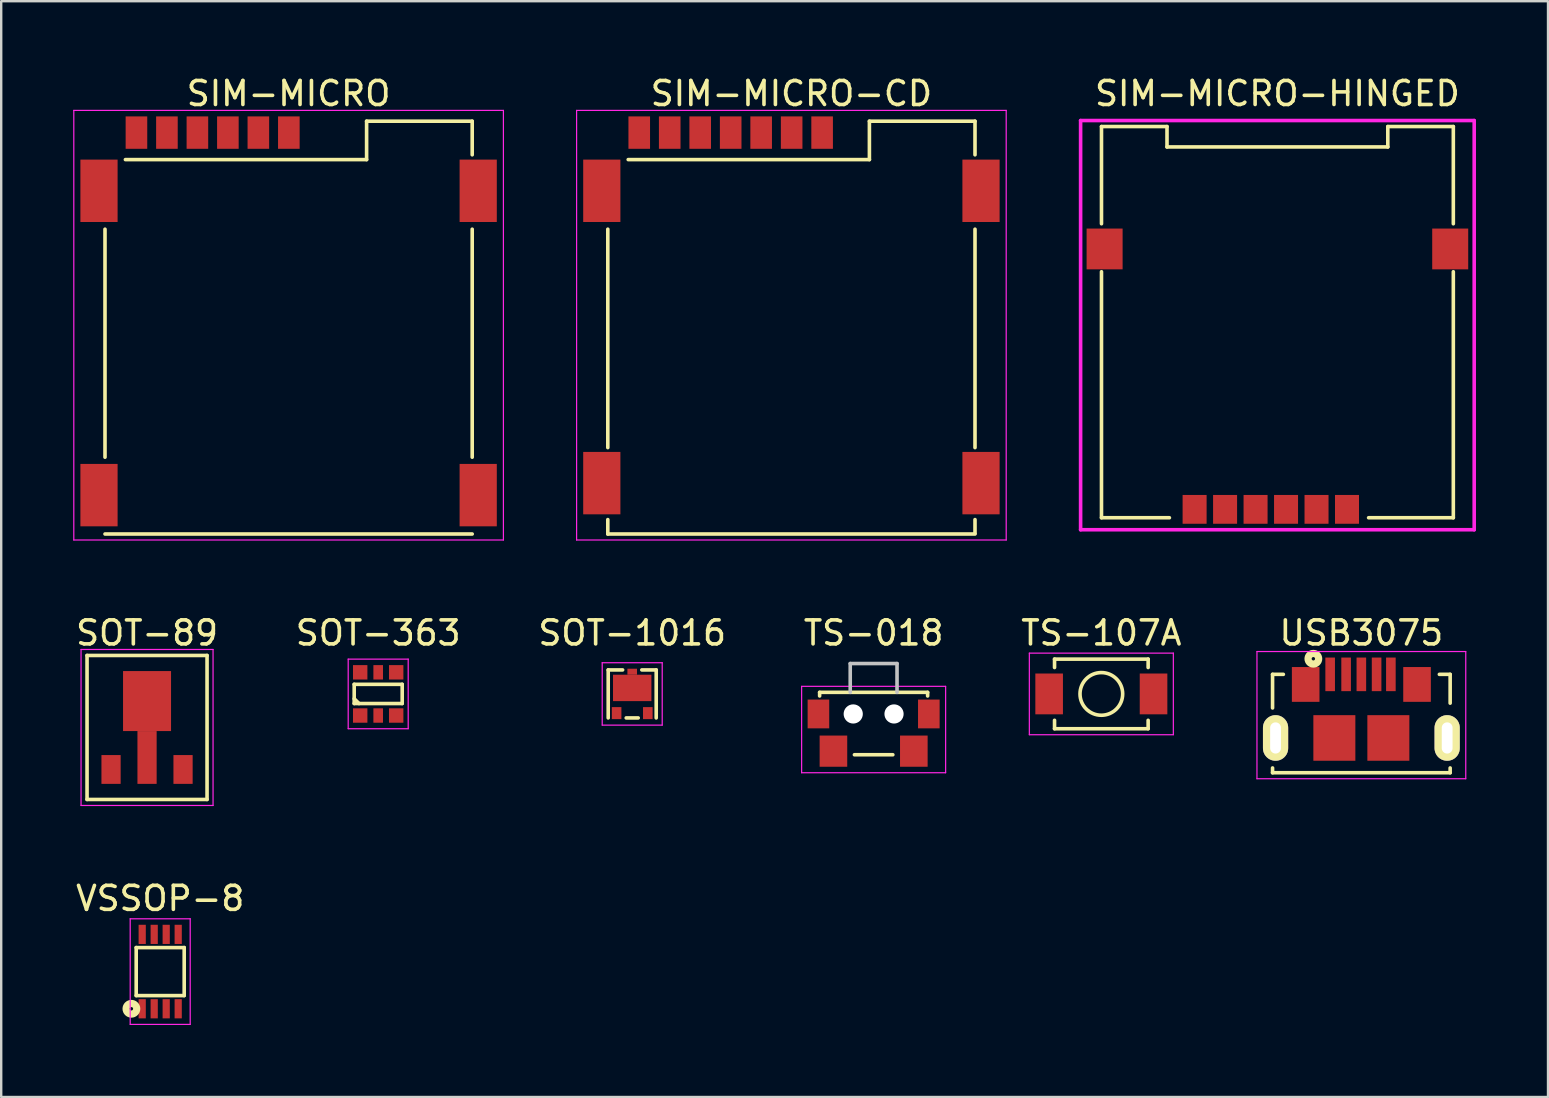
<source format=kicad_pcb>
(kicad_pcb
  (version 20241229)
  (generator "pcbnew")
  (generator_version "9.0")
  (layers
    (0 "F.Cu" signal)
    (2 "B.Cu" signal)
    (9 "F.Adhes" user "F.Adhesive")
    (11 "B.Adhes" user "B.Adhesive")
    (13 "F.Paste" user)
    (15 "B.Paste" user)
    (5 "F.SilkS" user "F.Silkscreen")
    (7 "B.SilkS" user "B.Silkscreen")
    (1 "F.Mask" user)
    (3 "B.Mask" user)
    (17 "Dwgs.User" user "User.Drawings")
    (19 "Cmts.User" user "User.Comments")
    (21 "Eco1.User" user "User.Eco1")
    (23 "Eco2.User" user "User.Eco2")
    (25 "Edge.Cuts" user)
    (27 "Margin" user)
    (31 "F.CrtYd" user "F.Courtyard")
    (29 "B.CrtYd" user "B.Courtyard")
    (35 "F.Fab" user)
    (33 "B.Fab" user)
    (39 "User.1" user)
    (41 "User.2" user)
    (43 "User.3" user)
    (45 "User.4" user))
  (footprint "SOT-89"
    (layer "F.Cu")
    (at 3.077 27.261)
    (property "Reference" "SOT-89" (at 0 -3.937 0) (layer "F.SilkS") (effects (font (size 1 1) (thickness 0.15))))
    (attr smd)
    (fp_line (start -2.5 -3) (end -2.5 3) (stroke (width 0.15) (type solid)) (layer "F.SilkS"))
    (fp_line (start -2.5 -3) (end 2.5 -3) (stroke (width 0.15) (type solid)) (layer "F.SilkS"))
    (fp_line (start 2.5 -3) (end 2.5 3) (stroke (width 0.15) (type solid)) (layer "F.SilkS"))
    (fp_line (start 2.5 3) (end -2.5 3) (stroke (width 0.15) (type solid)) (layer "F.SilkS"))
    (fp_line (start -2.75 -3.25) (end -2.75 3.25) (stroke (width 0.05) (type solid)) (layer "F.CrtYd"))
    (fp_line (start -2.75 3.25) (end 2.75 3.25) (stroke (width 0.05) (type solid)) (layer "F.CrtYd"))
    (fp_line (start 2.75 -3.25) (end -2.75 -3.25) (stroke (width 0.05) (type solid)) (layer "F.CrtYd"))
    (fp_line (start 2.75 3.25) (end 2.75 -3.25) (stroke (width 0.05) (type solid)) (layer "F.CrtYd"))
    (pad "1" smd rect (at -1.5 1.75) (size 0.8 1.2) (layers "F.Cu" "F.Mask" "F.Paste"))
    (pad "2" smd rect (at 0 0) (size 2 2.5) (drill (offset 0 -1.1)) (layers "F.Cu" "F.Mask" "F.Paste"))
    (pad "2" smd rect (at 0 1.1) (size 0.8 2.2) (drill (offset 0 0.15)) (layers "F.Cu" "F.Mask" "F.Paste"))
    (pad "3" smd rect (at 1.5 1.75) (size 0.8 1.2) (layers "F.Cu" "F.Mask" "F.Paste")))
  (footprint "SIM-MICRO-CD"
    (layer "F.Cu")
    (at 29.925 10.5)
    (property "Reference" "SIM-MICRO-CD" (at 0 -9.652 0) (layer "F.SilkS") (effects (font (size 1 1) (thickness 0.15))))
    (attr through_hole)
    (fp_line (start -7.65 -4) (end -7.65 5.1) (stroke (width 0.15) (type solid)) (layer "F.SilkS"))
    (fp_line (start -7.65 8.7) (end -7.65 8.1) (stroke (width 0.15) (type solid)) (layer "F.SilkS"))
    (fp_line (start -7.65 8.7) (end 7.65 8.7) (stroke (width 0.15) (type solid)) (layer "F.SilkS"))
    (fp_line (start 3.25 -8.5) (end 3.25 -6.9) (stroke (width 0.15) (type solid)) (layer "F.SilkS"))
    (fp_line (start 3.25 -6.9) (end -6.8 -6.9) (stroke (width 0.15) (type solid)) (layer "F.SilkS"))
    (fp_line (start 7.65 -8.5) (end 3.25 -8.5) (stroke (width 0.15) (type solid)) (layer "F.SilkS"))
    (fp_line (start 7.65 -7.1) (end 7.65 -8.5) (stroke (width 0.15) (type solid)) (layer "F.SilkS"))
    (fp_line (start 7.65 -4) (end 7.65 5.1) (stroke (width 0.15) (type solid)) (layer "F.SilkS"))
    (fp_line (start 7.65 8.67) (end 7.65 8.1) (stroke (width 0.15) (type solid)) (layer "F.SilkS"))
    (fp_line (start -8.95 -8.95) (end -8.95 8.95) (stroke (width 0.05) (type solid)) (layer "F.CrtYd"))
    (fp_line (start -8.95 8.95) (end 8.95 8.95) (stroke (width 0.05) (type solid)) (layer "F.CrtYd"))
    (fp_line (start 8.95 -8.95) (end -8.95 -8.95) (stroke (width 0.05) (type solid)) (layer "F.CrtYd"))
    (fp_line (start 8.95 8.95) (end 8.95 -8.95) (stroke (width 0.05) (type solid)) (layer "F.CrtYd"))
    (pad "1" smd rect (at -5.07 -8.025) (size 0.9 1.35) (layers "F.Cu" "F.Mask" "F.Paste"))
    (pad "2" smd rect (at -2.53 -8.025) (size 0.9 1.35) (layers "F.Cu" "F.Mask" "F.Paste"))
    (pad "3" smd rect (at 0.01 -8.025) (size 0.9 1.35) (layers "F.Cu" "F.Mask" "F.Paste"))
    (pad "5" smd rect (at -6.34 -8.025) (size 0.9 1.35) (layers "F.Cu" "F.Mask" "F.Paste"))
    (pad "6" smd rect (at -3.8 -8.025) (size 0.9 1.35) (layers "F.Cu" "F.Mask" "F.Paste"))
    (pad "7" smd rect (at -1.26 -8.025) (size 0.9 1.35) (layers "F.Cu" "F.Mask" "F.Paste"))
    (pad "9" smd rect (at 1.28 -8.025) (size 0.9 1.35) (layers "F.Cu" "F.Mask" "F.Paste"))
    (pad "10" smd rect (at -7.9 6.58) (size 1.55 2.6) (layers "F.Cu" "F.Mask" "F.Paste"))
    (pad "11" smd rect (at 7.9 6.58) (size 1.55 2.6) (layers "F.Cu" "F.Mask" "F.Paste"))
    (pad "12" smd rect (at 7.9 -5.6) (size 1.55 2.6) (layers "F.Cu" "F.Mask" "F.Paste"))
    (pad "13" smd rect (at -7.9 -5.6) (size 1.55 2.6) (layers "F.Cu" "F.Mask" "F.Paste")))
  (footprint "SOT-363"
    (layer "F.Cu")
    (at 12.708 25.863)
    (property "Reference" "SOT-363" (at 0 -2.54 0) (layer "F.SilkS") (effects (font (size 1 1) (thickness 0.15))))
    (attr through_hole)
    (fp_line (start -1 -0.4) (end 1 -0.4) (stroke (width 0.15) (type solid)) (layer "F.SilkS"))
    (fp_line (start -1 0.4) (end -1 -0.4) (stroke (width 0.15) (type solid)) (layer "F.SilkS"))
    (fp_line (start -0.8 0.4) (end -1 0.2) (stroke (width 0.15) (type solid)) (layer "F.SilkS"))
    (fp_line (start 1 -0.4) (end 1 0.4) (stroke (width 0.15) (type solid)) (layer "F.SilkS"))
    (fp_line (start 1 0.4) (end -1 0.4) (stroke (width 0.15) (type solid)) (layer "F.SilkS"))
    (fp_line (start -1.25 -1.45) (end -1.25 1.45) (stroke (width 0.05) (type solid)) (layer "F.CrtYd"))
    (fp_line (start -1.25 1.45) (end 1.25 1.45) (stroke (width 0.05) (type solid)) (layer "F.CrtYd"))
    (fp_line (start 1.25 -1.45) (end -1.25 -1.45) (stroke (width 0.05) (type solid)) (layer "F.CrtYd"))
    (fp_line (start 1.25 1.45) (end 1.25 -1.45) (stroke (width 0.05) (type solid)) (layer "F.CrtYd"))
    (pad "1" smd rect (at -0.75 0.9) (size 0.6 0.6) (layers "F.Cu" "F.Mask" "F.Paste"))
    (pad "2" smd rect (at 0 0.9) (size 0.4 0.6) (layers "F.Cu" "F.Mask" "F.Paste"))
    (pad "3" smd rect (at 0.75 0.9) (size 0.6 0.6) (layers "F.Cu" "F.Mask" "F.Paste"))
    (pad "4" smd rect (at 0.75 -0.9) (size 0.6 0.6) (layers "F.Cu" "F.Mask" "F.Paste"))
    (pad "5" smd rect (at 0 -0.9) (size 0.4 0.6) (layers "F.Cu" "F.Mask" "F.Paste"))
    (pad "6" smd rect (at -0.75 -0.9) (size 0.6 0.6) (layers "F.Cu" "F.Mask" "F.Paste")))
  (footprint "SIM-MICRO-HINGED"
    (layer "F.Cu")
    (at 50.175 10.373)
    (property "Reference" "SIM-MICRO-HINGED" (at 0 -9.525 0) (layer "F.SilkS") (effects (font (size 1 1) (thickness 0.15))))
    (attr through_hole)
    (fp_line (start -7.33 -8.15) (end -7.33 -4.1) (stroke (width 0.15) (type solid)) (layer "F.SilkS"))
    (fp_line (start -7.33 -8.15) (end -4.6 -8.15) (stroke (width 0.15) (type solid)) (layer "F.SilkS"))
    (fp_line (start -7.33 -2.1) (end -7.33 8.15) (stroke (width 0.15) (type solid)) (layer "F.SilkS"))
    (fp_line (start -7.33 8.15) (end -4.5 8.15) (stroke (width 0.15) (type solid)) (layer "F.SilkS"))
    (fp_line (start -4.6 -8.15) (end -4.6 -7.3) (stroke (width 0.15) (type solid)) (layer "F.SilkS"))
    (fp_line (start -4.6 -7.3) (end 4.6 -7.3) (stroke (width 0.15) (type solid)) (layer "F.SilkS"))
    (fp_line (start 3.8 8.15) (end 7.33 8.15) (stroke (width 0.15) (type solid)) (layer "F.SilkS"))
    (fp_line (start 4.6 -8.15) (end 7.33 -8.15) (stroke (width 0.15) (type solid)) (layer "F.SilkS"))
    (fp_line (start 4.6 -7.3) (end 4.6 -8.15) (stroke (width 0.15) (type solid)) (layer "F.SilkS"))
    (fp_line (start 7.33 -8.15) (end 7.33 -4.1) (stroke (width 0.15) (type solid)) (layer "F.SilkS"))
    (fp_line (start 7.33 8.15) (end 7.33 -2.1) (stroke (width 0.15) (type solid)) (layer "F.SilkS"))
    (fp_line (start -8.2 -8.4) (end -8.2 8.65) (stroke (width 0.15) (type solid)) (layer "F.CrtYd"))
    (fp_line (start -8.2 8.65) (end 8.2 8.65) (stroke (width 0.15) (type solid)) (layer "F.CrtYd"))
    (fp_line (start 8.2 -8.4) (end -8.2 -8.4) (stroke (width 0.15) (type solid)) (layer "F.CrtYd"))
    (fp_line (start 8.2 8.65) (end 8.2 -8.4) (stroke (width 0.15) (type solid)) (layer "F.CrtYd"))
    (pad "1" smd rect (at -2.18 7.8) (size 1 1.2) (layers "F.Cu" "F.Mask" "F.Paste"))
    (pad "2" smd rect (at -3.45 7.8) (size 1 1.2) (layers "F.Cu" "F.Mask" "F.Paste"))
    (pad "3" smd rect (at 0.36 7.8) (size 1 1.2) (layers "F.Cu" "F.Mask" "F.Paste"))
    (pad "4" smd rect (at -0.91 7.8) (size 1 1.2) (layers "F.Cu" "F.Mask" "F.Paste"))
    (pad "5" smd rect (at 2.9 7.8) (size 1 1.2) (layers "F.Cu" "F.Mask" "F.Paste"))
    (pad "6" smd rect (at 1.63 7.8) (size 1 1.2) (layers "F.Cu" "F.Mask" "F.Paste"))
    (pad "9" smd rect (at -7.2 -3.05) (size 1.5 1.7) (layers "F.Cu" "F.Mask" "F.Paste"))
    (pad "10" smd rect (at 7.2 -3.05) (size 1.5 1.7) (layers "F.Cu" "F.Mask" "F.Paste")))
  (footprint "TS-107A"
    (layer "F.Cu")
    (at 42.839 25.863)
    (property "Reference" "TS-107A" (at 0 -2.54 0) (layer "F.SilkS") (effects (font (size 1 1) (thickness 0.15))))
    (attr through_hole)
    (fp_line (start -1.95 -1.45) (end 1.95 -1.45) (stroke (width 0.15) (type solid)) (layer "F.SilkS"))
    (fp_line (start -1.95 -1.1) (end -1.95 -1.45) (stroke (width 0.15) (type solid)) (layer "F.SilkS"))
    (fp_line (start -1.95 1.1) (end -1.95 1.45) (stroke (width 0.15) (type solid)) (layer "F.SilkS"))
    (fp_line (start -1.95 1.45) (end 1.95 1.45) (stroke (width 0.15) (type solid)) (layer "F.SilkS"))
    (fp_line (start 1.95 -1.45) (end 1.95 -1.1) (stroke (width 0.15) (type solid)) (layer "F.SilkS"))
    (fp_line (start 1.95 1.45) (end 1.95 1.1) (stroke (width 0.15) (type solid)) (layer "F.SilkS"))
    (fp_circle (center 0 0) (end -0.889 0) (stroke (width 0.15) (type solid)) (fill no) (layer "F.SilkS"))
    (fp_line (start -3 -1.7) (end 3 -1.7) (stroke (width 0.05) (type solid)) (layer "F.CrtYd"))
    (fp_line (start -3 1.7) (end -3 -1.7) (stroke (width 0.05) (type solid)) (layer "F.CrtYd"))
    (fp_line (start 3 -1.7) (end 3 1.7) (stroke (width 0.05) (type solid)) (layer "F.CrtYd"))
    (fp_line (start 3 1.7) (end -3 1.7) (stroke (width 0.05) (type solid)) (layer "F.CrtYd"))
    (pad "1" smd rect (at -2.175 0) (size 1.15 1.7) (layers "F.Cu" "F.Mask" "F.Paste"))
    (pad "2" smd rect (at 2.175 0) (size 1.15 1.7) (layers "F.Cu" "F.Mask" "F.Paste")))
  (footprint "SOT-1016"
    (layer "F.Cu")
    (at 23.292 25.863)
    (property "Reference" "SOT-1016" (at 0 -2.54 0) (layer "F.SilkS") (effects (font (size 1 1) (thickness 0.15))))
    (attr through_hole)
    (fp_line (start -1 -1) (end -1 1) (stroke (width 0.15) (type solid)) (layer "F.SilkS"))
    (fp_line (start -0.4 -1) (end -1 -1) (stroke (width 0.15) (type solid)) (layer "F.SilkS"))
    (fp_line (start -0.25 1) (end 0.25 1) (stroke (width 0.15) (type solid)) (layer "F.SilkS"))
    (fp_line (start 1 -1) (end 0.4 -1) (stroke (width 0.15) (type solid)) (layer "F.SilkS"))
    (fp_line (start 1 1) (end 1 -1) (stroke (width 0.15) (type solid)) (layer "F.SilkS"))
    (fp_line (start -1.25 -1.3) (end 1.25 -1.3) (stroke (width 0.05) (type solid)) (layer "F.CrtYd"))
    (fp_line (start -1.25 1.3) (end -1.25 -1.3) (stroke (width 0.05) (type solid)) (layer "F.CrtYd"))
    (fp_line (start 1.25 -1.3) (end 1.25 1.3) (stroke (width 0.05) (type solid)) (layer "F.CrtYd"))
    (fp_line (start 1.25 1.3) (end -1.25 1.3) (stroke (width 0.05) (type solid)) (layer "F.CrtYd"))
    (pad "1" smd rect (at -0.65 0.8) (size 0.4 0.5) (layers "F.Cu" "F.Mask" "F.Paste"))
    (pad "2" smd rect (at 0.65 0.8) (size 0.4 0.5) (layers "F.Cu" "F.Mask" "F.Paste"))
    (pad "3" smd rect (at 0 -0.925) (size 0.4 0.25) (layers "F.Cu" "F.Mask" "F.Paste"))
    (pad "3" smd rect (at 0 -0.25) (size 1.6 1.1) (layers "F.Cu" "F.Mask" "F.Paste")))
  (footprint "VSSOP-8"
    (layer "F.Cu")
    (at 3.625 37.432)
    (property "Reference" "VSSOP-8" (at 0 -3.048 0) (layer "F.SilkS") (effects (font (size 1 1) (thickness 0.15))))
    (attr through_hole)
    (fp_line (start -1 -1) (end -1 1) (stroke (width 0.15) (type solid)) (layer "F.SilkS"))
    (fp_line (start -1 1) (end 1 1) (stroke (width 0.15) (type solid)) (layer "F.SilkS"))
    (fp_line (start 1 -1) (end -1 -1) (stroke (width 0.15) (type solid)) (layer "F.SilkS"))
    (fp_line (start 1 1) (end 1 -1) (stroke (width 0.15) (type solid)) (layer "F.SilkS"))
    (fp_circle (center -1.2 1.55) (end -1.25 1.6) (stroke (width 0.3) (type solid)) (fill no) (layer "F.SilkS"))
    (fp_line (start -1.25 -2.2) (end 1.25 -2.2) (stroke (width 0.05) (type solid)) (layer "F.CrtYd"))
    (fp_line (start -1.25 2.2) (end -1.25 -2.2) (stroke (width 0.05) (type solid)) (layer "F.CrtYd"))
    (fp_line (start 1.25 -2.2) (end 1.25 2.2) (stroke (width 0.05) (type solid)) (layer "F.CrtYd"))
    (fp_line (start 1.25 2.2) (end -1.25 2.2) (stroke (width 0.05) (type solid)) (layer "F.CrtYd"))
    (pad "1" smd rect (at -0.75 1.55) (size 0.3 0.8) (layers "F.Cu" "F.Mask" "F.Paste"))
    (pad "2" smd rect (at -0.25 1.55) (size 0.3 0.8) (layers "F.Cu" "F.Mask" "F.Paste"))
    (pad "3" smd rect (at 0.25 1.55) (size 0.3 0.8) (layers "F.Cu" "F.Mask" "F.Paste"))
    (pad "4" smd rect (at 0.75 1.55) (size 0.3 0.8) (layers "F.Cu" "F.Mask" "F.Paste"))
    (pad "5" smd rect (at 0.75 -1.55) (size 0.3 0.8) (layers "F.Cu" "F.Mask" "F.Paste"))
    (pad "6" smd rect (at 0.25 -1.55) (size 0.3 0.8) (layers "F.Cu" "F.Mask" "F.Paste"))
    (pad "7" smd rect (at -0.25 -1.55) (size 0.3 0.8) (layers "F.Cu" "F.Mask" "F.Paste"))
    (pad "8" smd rect (at -0.75 -1.55) (size 0.3 0.8) (layers "F.Cu" "F.Mask" "F.Paste")))
  (footprint "SIM-MICRO"
    (layer "F.Cu")
    (at 8.975 10.5)
    (property "Reference" "SIM-MICRO" (at 0 -9.652 0) (layer "F.SilkS") (effects (font (size 1 1) (thickness 0.15))))
    (attr through_hole)
    (fp_line (start -7.65 -4) (end -7.65 5.5) (stroke (width 0.15) (type solid)) (layer "F.SilkS"))
    (fp_line (start -7.65 8.7) (end 7.65 8.7) (stroke (width 0.15) (type solid)) (layer "F.SilkS"))
    (fp_line (start 3.25 -8.5) (end 3.25 -6.9) (stroke (width 0.15) (type solid)) (layer "F.SilkS"))
    (fp_line (start 3.25 -6.9) (end -6.8 -6.9) (stroke (width 0.15) (type solid)) (layer "F.SilkS"))
    (fp_line (start 7.65 -8.5) (end 3.25 -8.5) (stroke (width 0.15) (type solid)) (layer "F.SilkS"))
    (fp_line (start 7.65 -7.1) (end 7.65 -8.5) (stroke (width 0.15) (type solid)) (layer "F.SilkS"))
    (fp_line (start 7.65 -4) (end 7.65 5.5) (stroke (width 0.15) (type solid)) (layer "F.SilkS"))
    (fp_line (start -8.95 -8.95) (end -8.95 8.95) (stroke (width 0.05) (type solid)) (layer "F.CrtYd"))
    (fp_line (start -8.95 8.95) (end 8.95 8.95) (stroke (width 0.05) (type solid)) (layer "F.CrtYd"))
    (fp_line (start 8.95 -8.95) (end -8.95 -8.95) (stroke (width 0.05) (type solid)) (layer "F.CrtYd"))
    (fp_line (start 8.95 8.95) (end 8.95 -8.95) (stroke (width 0.05) (type solid)) (layer "F.CrtYd"))
    (pad "1" smd rect (at -5.07 -8.025) (size 0.9 1.35) (layers "F.Cu" "F.Mask" "F.Paste"))
    (pad "2" smd rect (at -2.53 -8.025) (size 0.9 1.35) (layers "F.Cu" "F.Mask" "F.Paste"))
    (pad "3" smd rect (at 0.01 -8.025) (size 0.9 1.35) (layers "F.Cu" "F.Mask" "F.Paste"))
    (pad "5" smd rect (at -6.34 -8.025) (size 0.9 1.35) (layers "F.Cu" "F.Mask" "F.Paste"))
    (pad "6" smd rect (at -3.8 -8.025) (size 0.9 1.35) (layers "F.Cu" "F.Mask" "F.Paste"))
    (pad "7" smd rect (at -1.26 -8.025) (size 0.9 1.35) (layers "F.Cu" "F.Mask" "F.Paste"))
    (pad "10" smd rect (at -7.9 7.08) (size 1.55 2.6) (layers "F.Cu" "F.Mask" "F.Paste"))
    (pad "11" smd rect (at 7.9 7.08) (size 1.55 2.6) (layers "F.Cu" "F.Mask" "F.Paste"))
    (pad "12" smd rect (at 7.9 -5.6) (size 1.55 2.6) (layers "F.Cu" "F.Mask" "F.Paste"))
    (pad "13" smd rect (at -7.9 -5.6) (size 1.55 2.6) (layers "F.Cu" "F.Mask" "F.Paste")))
  (footprint "TS-018"
    (layer "F.Cu")
    (at 33.351 26.498)
    (property "Reference" "TS-018" (at 0 -3.175 0) (layer "F.SilkS") (effects (font (size 1 1) (thickness 0.15))))
    (attr through_hole)
    (fp_line (start -2.25 -0.7) (end 2.25 -0.7) (stroke (width 0.15) (type solid)) (layer "F.SilkS"))
    (fp_line (start -2.25 -0.55) (end -2.25 -0.7) (stroke (width 0.15) (type solid)) (layer "F.SilkS"))
    (fp_line (start -0.8 1.9) (end 0.8 1.9) (stroke (width 0.15) (type solid)) (layer "F.SilkS"))
    (fp_line (start 2.25 -0.7) (end 2.25 -0.55) (stroke (width 0.15) (type solid)) (layer "F.SilkS"))
    (fp_line (start -0.975 -1.9) (end 0.975 -1.9) (stroke (width 0.15) (type solid)) (layer "Dwgs.User"))
    (fp_line (start -0.975 -0.7) (end -0.975 -1.9) (stroke (width 0.15) (type solid)) (layer "Dwgs.User"))
    (fp_line (start 0.975 -0.7) (end 0.975 -1.9) (stroke (width 0.15) (type solid)) (layer "Dwgs.User"))
    (fp_line (start -3 -0.95) (end 3 -0.95) (stroke (width 0.05) (type solid)) (layer "F.CrtYd"))
    (fp_line (start -3 2.65) (end -3 -0.95) (stroke (width 0.05) (type solid)) (layer "F.CrtYd"))
    (fp_line (start 3 -0.95) (end 3 2.65) (stroke (width 0.05) (type solid)) (layer "F.CrtYd"))
    (fp_line (start 3 2.65) (end -3 2.65) (stroke (width 0.05) (type solid)) (layer "F.CrtYd"))
    (pad "" np_thru_hole circle (at -0.85 0.2) (size 0.8 0.8) (drill 0.8) (layers "*.Cu" "*.Mask"))
    (pad "" np_thru_hole circle (at 0.85 0.2) (size 0.8 0.8) (drill 0.8) (layers "*.Cu" "*.Mask"))
    (pad "1" smd rect (at -1.675 1.75) (size 1.15 1.3) (layers "F.Cu" "F.Mask" "F.Paste"))
    (pad "2" smd rect (at 1.675 1.75) (size 1.15 1.3) (layers "F.Cu" "F.Mask" "F.Paste"))
    (pad "3" smd rect (at 2.3 0.2) (size 0.9 1.2) (layers "F.Cu" "F.Mask" "F.Paste"))
    (pad "4" smd rect (at -2.3 0.2) (size 0.9 1.2) (layers "F.Cu" "F.Mask" "F.Paste")))
  (footprint "USB3075"
    (layer "F.Cu")
    (at 53.673 26.498)
    (property "Reference" "USB3075" (at 0 -3.175 0) (layer "F.SilkS") (effects (font (size 1 1) (thickness 0.15))))
    (attr through_hole)
    (fp_line (start -3.7 -1.45) (end -3.25 -1.45) (stroke (width 0.15) (type solid)) (layer "F.SilkS"))
    (fp_line (start -3.7 -0.05) (end -3.7 -1.45) (stroke (width 0.15) (type solid)) (layer "F.SilkS"))
    (fp_line (start -3.7 2.45) (end -3.7 2.65) (stroke (width 0.15) (type solid)) (layer "F.SilkS"))
    (fp_line (start -3.7 2.65) (end 3.7 2.65) (stroke (width 0.15) (type solid)) (layer "F.SilkS"))
    (fp_line (start 3.7 -1.45) (end 3.25 -1.45) (stroke (width 0.15) (type solid)) (layer "F.SilkS"))
    (fp_line (start 3.7 -0.25) (end 3.7 -1.45) (stroke (width 0.15) (type solid)) (layer "F.SilkS"))
    (fp_line (start 3.7 2.45) (end 3.7 2.65) (stroke (width 0.15) (type solid)) (layer "F.SilkS"))
    (fp_circle (center -2 -2.1) (end -2.05 -2.15) (stroke (width 0.3) (type solid)) (fill no) (layer "F.SilkS"))
    (fp_line (start -4.35 -2.4) (end -4.35 2.9) (stroke (width 0.05) (type solid)) (layer "F.CrtYd"))
    (fp_line (start -4.35 2.9) (end 4.35 2.9) (stroke (width 0.05) (type solid)) (layer "F.CrtYd"))
    (fp_line (start 4.35 -2.4) (end -4.35 -2.4) (stroke (width 0.05) (type solid)) (layer "F.CrtYd"))
    (fp_line (start 4.35 2.9) (end 4.35 -2.4) (stroke (width 0.05) (type solid)) (layer "F.CrtYd"))
    (pad "1" smd rect (at -1.3 -1.45) (size 0.4 1.4) (layers "F.Cu" "F.Mask" "F.Paste"))
    (pad "2" smd rect (at -0.635 -1.45) (size 0.4 1.4) (layers "F.Cu" "F.Mask" "F.Paste"))
    (pad "3" smd rect (at 0 -1.45) (size 0.4 1.4) (layers "F.Cu" "F.Mask" "F.Paste"))
    (pad "4" smd rect (at 0.635 -1.45) (size 0.4 1.4) (layers "F.Cu" "F.Mask" "F.Paste"))
    (pad "5" smd rect (at 1.23 -1.45) (size 0.4 1.4) (layers "F.Cu" "F.Mask" "F.Paste"))
    (pad "6" smd rect (at -2.32 -1.03) (size 1.15 1.45) (layers "F.Cu" "F.Mask" "F.Paste"))
    (pad "7" smd rect (at 2.32 -1.03) (size 1.15 1.45) (layers "F.Cu" "F.Mask" "F.Paste"))
    (pad "8" smd rect (at -1.125 1.2) (size 1.75 1.9) (layers "F.Cu" "F.Mask" "F.Paste"))
    (pad "9" smd rect (at 1.125 1.2) (size 1.75 1.9) (layers "F.Cu" "F.Mask" "F.Paste"))
    (pad "10" thru_hole oval (at -3.575 1.2) (size 1.05 1.9) (drill oval 0.45 1.3) (layers "*.Cu" "*.Mask" "F.SilkS"))
    (pad "11" thru_hole oval (at 3.575 1.2) (size 1.05 1.9) (drill oval 0.45 1.3) (layers "*.Cu" "*.Mask" "F.SilkS")))
  (gr_rect
    (start -3 -3)
    (end 61.45 42.657)
    (stroke (width 0.1) (type default))
    (fill no)
    (layer "Edge.Cuts")))
</source>
